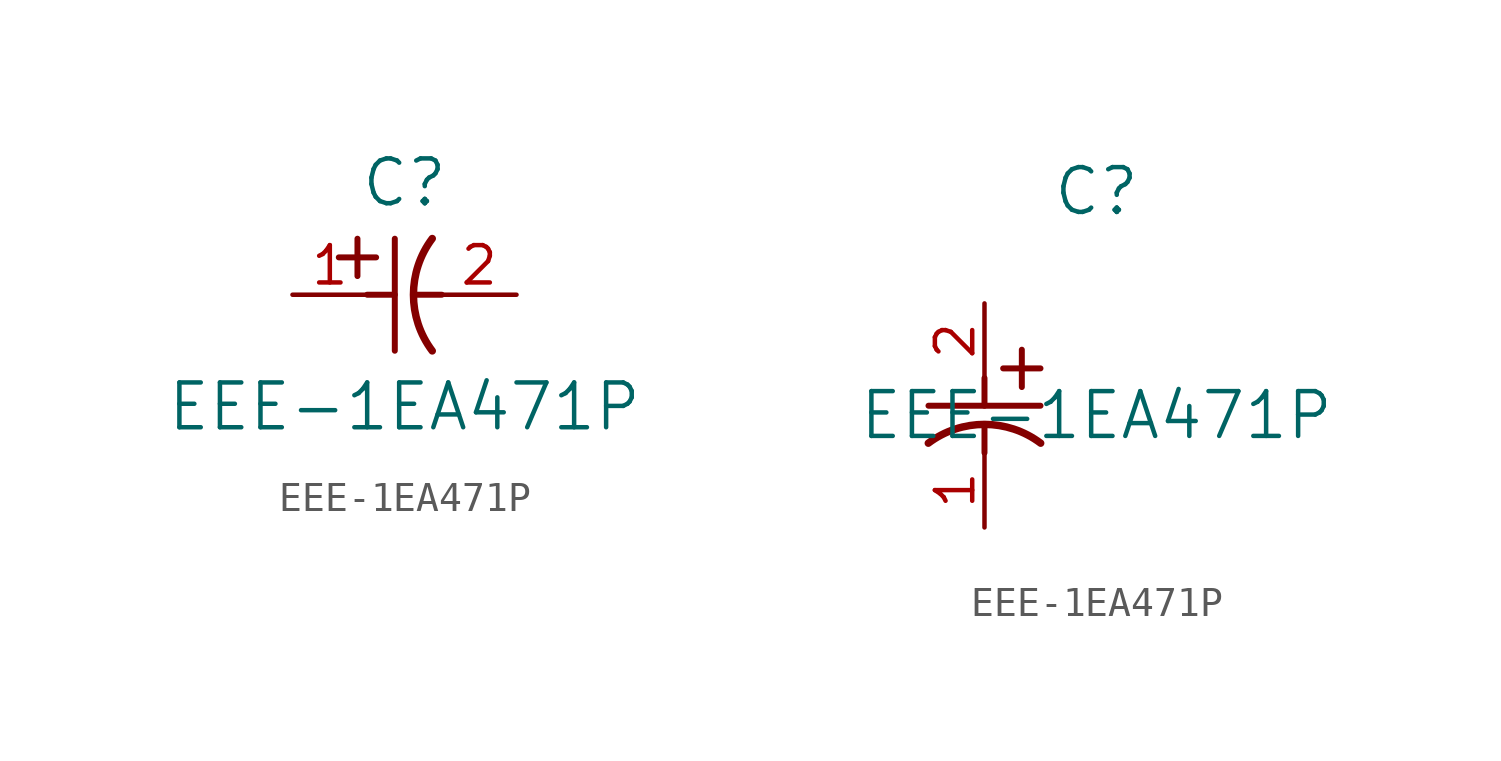
<source format=kicad_sym>
(kicad_symbol_lib
  (version 20211014)
  (generator kicad_symbol_editor)
  (symbol "EEE-1EA471P"
    (pin_names
      (offset 0.254))
    (property "Reference" "C"
      (at 3.81 3.81 0)
      (effects (font (size 1.524 1.524))))
    (property "Value" "EEE-1EA471P"
      (at 3.81 -3.81 0)
      (effects (font (size 1.524 1.524))))
    (symbol "EEE-1EA471P_1_1"
      (polyline (pts (xy 2.21 0.635) (xy 2.21 1.905)) (stroke (width 0.203) (type default) (color 0 0 0 0)) (fill (type none)))
      (arc (start 4.754132 1.910763) (mid 4.1148 0) (end 4.754132 -1.910763) (stroke (width 0.254) (type default) (color 0 0 0 0)) (fill (type none)))
      (polyline (pts (xy 4.115 0) (xy 5.08 0)) (stroke (width 0.203) (type default) (color 0 0 0 0)) (fill (type none)))
      (polyline (pts (xy 3.48 -1.905) (xy 3.48 1.905)) (stroke (width 0.203) (type default) (color 0 0 0 0)) (fill (type none)))
      (polyline (pts (xy 1.575 1.27) (xy 2.845 1.27)) (stroke (width 0.203) (type default) (color 0 0 0 0)) (fill (type none)))
      (polyline (pts (xy 2.54 0) (xy 3.48 0)) (stroke (width 0.203) (type default) (color 0 0 0 0)) (fill (type none)))
      (pin unspecified line (at 0 0 0) (length 2.54) (name "" (effects (font (size 1.27 1.27)))) (number "1" (effects (font (size 1.27 1.27)))))
      (pin unspecified line (at 7.62 0 180) (length 2.54) (name "" (effects (font (size 1.27 1.27)))) (number "2" (effects (font (size 1.27 1.27))))))
    (symbol "EEE-1EA471P_1_2"
      (polyline (pts (xy 0 -2.54) (xy 0 -3.48)) (stroke (width 0.203) (type default) (color 0 0 0 0)) (fill (type none)))
      (arc (start 1.910763 -4.754132) (mid 0 -4.1148) (end -1.910763 -4.754132) (stroke (width 0.254) (type default) (color 0 0 0 0)) (fill (type none)))
      (polyline (pts (xy -1.905 -3.48) (xy 1.905 -3.48)) (stroke (width 0.203) (type default) (color 0 0 0 0)) (fill (type none)))
      (polyline (pts (xy 0.635 -2.21) (xy 1.905 -2.21)) (stroke (width 0.203) (type default) (color 0 0 0 0)) (fill (type none)))
      (polyline (pts (xy 1.27 -1.575) (xy 1.27 -2.845)) (stroke (width 0.203) (type default) (color 0 0 0 0)) (fill (type none)))
      (polyline (pts (xy 0 -4.115) (xy 0 -5.08)) (stroke (width 0.203) (type default) (color 0 0 0 0)) (fill (type none)))
      (pin unspecified line (at 0 -7.62 90) (length 2.54) (name "" (effects (font (size 1.27 1.27)))) (number "1" (effects (font (size 1.27 1.27)))))
      (pin unspecified line (at 0 0 270) (length 2.54) (name "" (effects (font (size 1.27 1.27)))) (number "2" (effects (font (size 1.27 1.27))))))))
</source>
